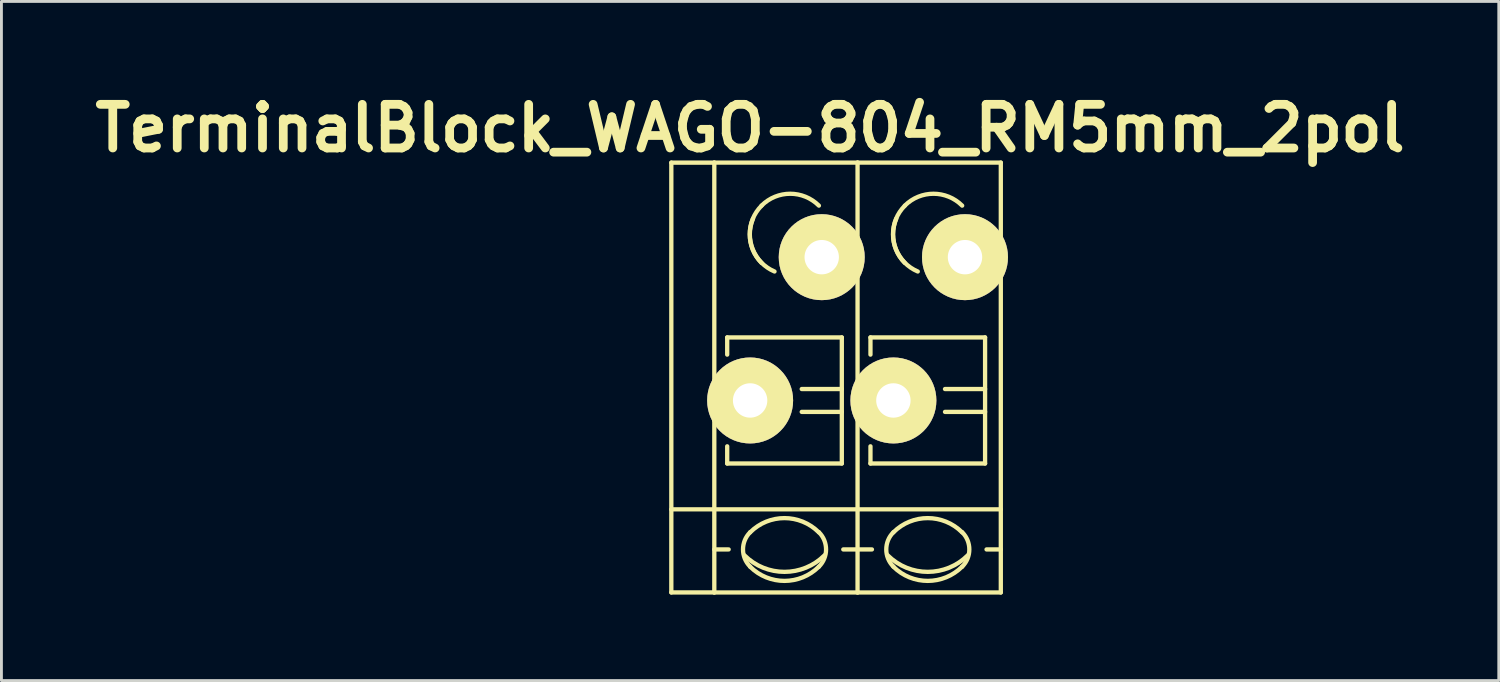
<source format=kicad_pcb>
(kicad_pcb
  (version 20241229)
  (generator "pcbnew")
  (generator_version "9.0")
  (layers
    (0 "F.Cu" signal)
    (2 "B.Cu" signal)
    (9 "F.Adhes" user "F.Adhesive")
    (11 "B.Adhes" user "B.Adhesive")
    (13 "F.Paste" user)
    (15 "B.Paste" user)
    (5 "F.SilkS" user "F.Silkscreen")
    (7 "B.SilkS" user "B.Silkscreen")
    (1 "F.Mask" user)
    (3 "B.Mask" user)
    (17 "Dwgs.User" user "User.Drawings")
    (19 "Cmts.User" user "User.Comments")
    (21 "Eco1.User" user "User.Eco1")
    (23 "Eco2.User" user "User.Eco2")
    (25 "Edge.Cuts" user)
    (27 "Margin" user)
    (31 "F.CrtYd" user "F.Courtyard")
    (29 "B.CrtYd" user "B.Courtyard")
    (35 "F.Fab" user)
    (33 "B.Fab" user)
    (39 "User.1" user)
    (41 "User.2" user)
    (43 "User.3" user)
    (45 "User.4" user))
  (footprint "TerminalBlock_WAGO-804_RM5mm_2pol"
    (layer "F.Cu")
    (at 23.129 10.926)
    (property "Reference" "TerminalBlock_WAGO-804_RM5mm_2pol" (at 0 -9.5 0) (layer "F.SilkS") (effects (font (size 1.524 1.524) (thickness 0.305))))
    (attr through_hole)
    (fp_line (start -2.75 -8.3) (end -1.25 -8.3) (stroke (width 0.15) (type solid)) (layer "F.SilkS"))
    (fp_line (start -2.75 6.7) (end -2.75 -8.3) (stroke (width 0.15) (type solid)) (layer "F.SilkS"))
    (fp_line (start -1.25 6.7) (end -2.75 6.7) (stroke (width 0.15) (type solid)) (layer "F.SilkS"))
    (fp_line (start -1.25 5.199) (end -0.749 5.199) (stroke (width 0.15) (type solid)) (layer "F.SilkS"))
    (fp_line (start -1.25 6.701) (end -1.25 -8.301) (stroke (width 0.15) (type solid)) (layer "F.SilkS"))
    (fp_line (start -0.8 -2.2) (end -0.8 -1.6) (stroke (width 0.15) (type solid)) (layer "F.SilkS"))
    (fp_line (start -0.8 -2.2) (end 3.2 -2.2) (stroke (width 0.15) (type solid)) (layer "F.SilkS"))
    (fp_line (start -0.8 2.2) (end -0.8 1.6) (stroke (width 0.15) (type solid)) (layer "F.SilkS"))
    (fp_line (start 3.2 -2.2) (end 3.2 2.2) (stroke (width 0.15) (type solid)) (layer "F.SilkS"))
    (fp_line (start 3.2 -0.399) (end 1.801 -0.399) (stroke (width 0.15) (type solid)) (layer "F.SilkS"))
    (fp_line (start 3.2 0.399) (end 1.801 0.399) (stroke (width 0.15) (type solid)) (layer "F.SilkS"))
    (fp_line (start 3.2 2.2) (end -0.8 2.2) (stroke (width 0.15) (type solid)) (layer "F.SilkS"))
    (fp_line (start 3.749 -8.301) (end -1.25 -8.301) (stroke (width 0.15) (type solid)) (layer "F.SilkS"))
    (fp_line (start 3.749 -8.301) (end 3.749 6.701) (stroke (width 0.15) (type solid)) (layer "F.SilkS"))
    (fp_line (start 3.749 5.199) (end 3.251 5.199) (stroke (width 0.15) (type solid)) (layer "F.SilkS"))
    (fp_line (start 3.749 6.701) (end -1.25 6.701) (stroke (width 0.15) (type solid)) (layer "F.SilkS"))
    (fp_line (start 3.75 3.8) (end -2.75 3.8) (stroke (width 0.15) (type solid)) (layer "F.SilkS"))
    (fp_line (start 3.75 3.8) (end 8.75 3.8) (stroke (width 0.15) (type solid)) (layer "F.SilkS"))
    (fp_line (start 3.75 5.199) (end 4.251 5.199) (stroke (width 0.15) (type solid)) (layer "F.SilkS"))
    (fp_line (start 4.2 -2.2) (end 4.2 -1.6) (stroke (width 0.15) (type solid)) (layer "F.SilkS"))
    (fp_line (start 4.2 -2.2) (end 8.2 -2.2) (stroke (width 0.15) (type solid)) (layer "F.SilkS"))
    (fp_line (start 4.2 2.2) (end 4.2 1.6) (stroke (width 0.15) (type solid)) (layer "F.SilkS"))
    (fp_line (start 8.2 -2.2) (end 8.2 2.2) (stroke (width 0.15) (type solid)) (layer "F.SilkS"))
    (fp_line (start 8.2 -0.399) (end 6.801 -0.399) (stroke (width 0.15) (type solid)) (layer "F.SilkS"))
    (fp_line (start 8.2 0.399) (end 6.801 0.399) (stroke (width 0.15) (type solid)) (layer "F.SilkS"))
    (fp_line (start 8.2 2.2) (end 4.2 2.2) (stroke (width 0.15) (type solid)) (layer "F.SilkS"))
    (fp_line (start 8.749 -8.301) (end 3.75 -8.301) (stroke (width 0.15) (type solid)) (layer "F.SilkS"))
    (fp_line (start 8.749 -8.301) (end 8.749 6.701) (stroke (width 0.15) (type solid)) (layer "F.SilkS"))
    (fp_line (start 8.749 5.199) (end 8.251 5.199) (stroke (width 0.15) (type solid)) (layer "F.SilkS"))
    (fp_line (start 8.749 6.701) (end 3.75 6.701) (stroke (width 0.15) (type solid)) (layer "F.SilkS"))
    (fp_arc (start 0 4.60248) (mid 1.19888 4.105888) (end 2.39776 4.60248) (stroke (width 0.15) (type solid)) (layer "F.SilkS"))
    (fp_arc (start 0 5.79882) (mid -0.248296 5.19938) (end 0 4.59994) (stroke (width 0.15) (type solid)) (layer "F.SilkS"))
    (fp_arc (start 0.39878 -6.79958) (mid 1.39954 -7.214108) (end 2.4003 -6.79958) (stroke (width 0.15) (type solid)) (layer "F.SilkS"))
    (fp_arc (start 0.39878 -4.8006) (mid -0.013952 -5.800616) (end 0.40132 -6.79958) (stroke (width 0.15) (type solid)) (layer "F.SilkS"))
    (fp_arc (start 0.8509 -4.50088) (mid 0.093811 -5.268985) (end 0.1016 -6.34746) (stroke (width 0.15) (type solid)) (layer "F.SilkS"))
    (fp_arc (start 2.4003 5.79882) (mid 1.200676 6.297208) (end 0 5.80136) (stroke (width 0.15) (type solid)) (layer "F.SilkS"))
    (fp_arc (start 2.40284 4.59994) (mid 2.650392 5.201176) (end 2.4003 5.80136) (stroke (width 0.15) (type solid)) (layer "F.SilkS"))
    (fp_arc (start 2.60096 5.40004) (mid 1.200676 5.981545) (end -0.20066 5.40258) (stroke (width 0.15) (type solid)) (layer "F.SilkS"))
    (fp_arc (start 5 4.60248) (mid 6.19888 4.105888) (end 7.39776 4.60248) (stroke (width 0.15) (type solid)) (layer "F.SilkS"))
    (fp_arc (start 5 5.79882) (mid 4.751704 5.19938) (end 5 4.59994) (stroke (width 0.15) (type solid)) (layer "F.SilkS"))
    (fp_arc (start 5.39878 -6.79958) (mid 6.39954 -7.214108) (end 7.4003 -6.79958) (stroke (width 0.15) (type solid)) (layer "F.SilkS"))
    (fp_arc (start 5.39878 -4.8006) (mid 4.986048 -5.800616) (end 5.40132 -6.79958) (stroke (width 0.15) (type solid)) (layer "F.SilkS"))
    (fp_arc (start 5.8509 -4.50088) (mid 5.093811 -5.268985) (end 5.1016 -6.34746) (stroke (width 0.15) (type solid)) (layer "F.SilkS"))
    (fp_arc (start 7.4003 5.79882) (mid 6.200676 6.297208) (end 5 5.80136) (stroke (width 0.15) (type solid)) (layer "F.SilkS"))
    (fp_arc (start 7.40284 4.59994) (mid 7.650392 5.201176) (end 7.4003 5.80136) (stroke (width 0.15) (type solid)) (layer "F.SilkS"))
    (fp_arc (start 7.60096 5.40004) (mid 6.200676 5.981545) (end 4.79934 5.40258) (stroke (width 0.15) (type solid)) (layer "F.SilkS"))
    (pad "1" thru_hole circle (at 0 0) (size 3 3) (drill 1.2) (layers "*.Cu" "*.Mask" "F.SilkS"))
    (pad "1" thru_hole circle (at 2.499 -5.001) (size 3 3) (drill 1.2) (layers "*.Cu" "*.Mask" "F.SilkS"))
    (pad "2" thru_hole circle (at 5 0) (size 3 3) (drill 1.2) (layers "*.Cu" "*.Mask" "F.SilkS"))
    (pad "2" thru_hole circle (at 7.499 -5.001) (size 3 3) (drill 1.2) (layers "*.Cu" "*.Mask" "F.SilkS")))
  (gr_rect
    (start -3 -3)
    (end 49.257 20.702)
    (stroke (width 0.1) (type default))
    (fill no)
    (layer "Edge.Cuts")))
</source>
